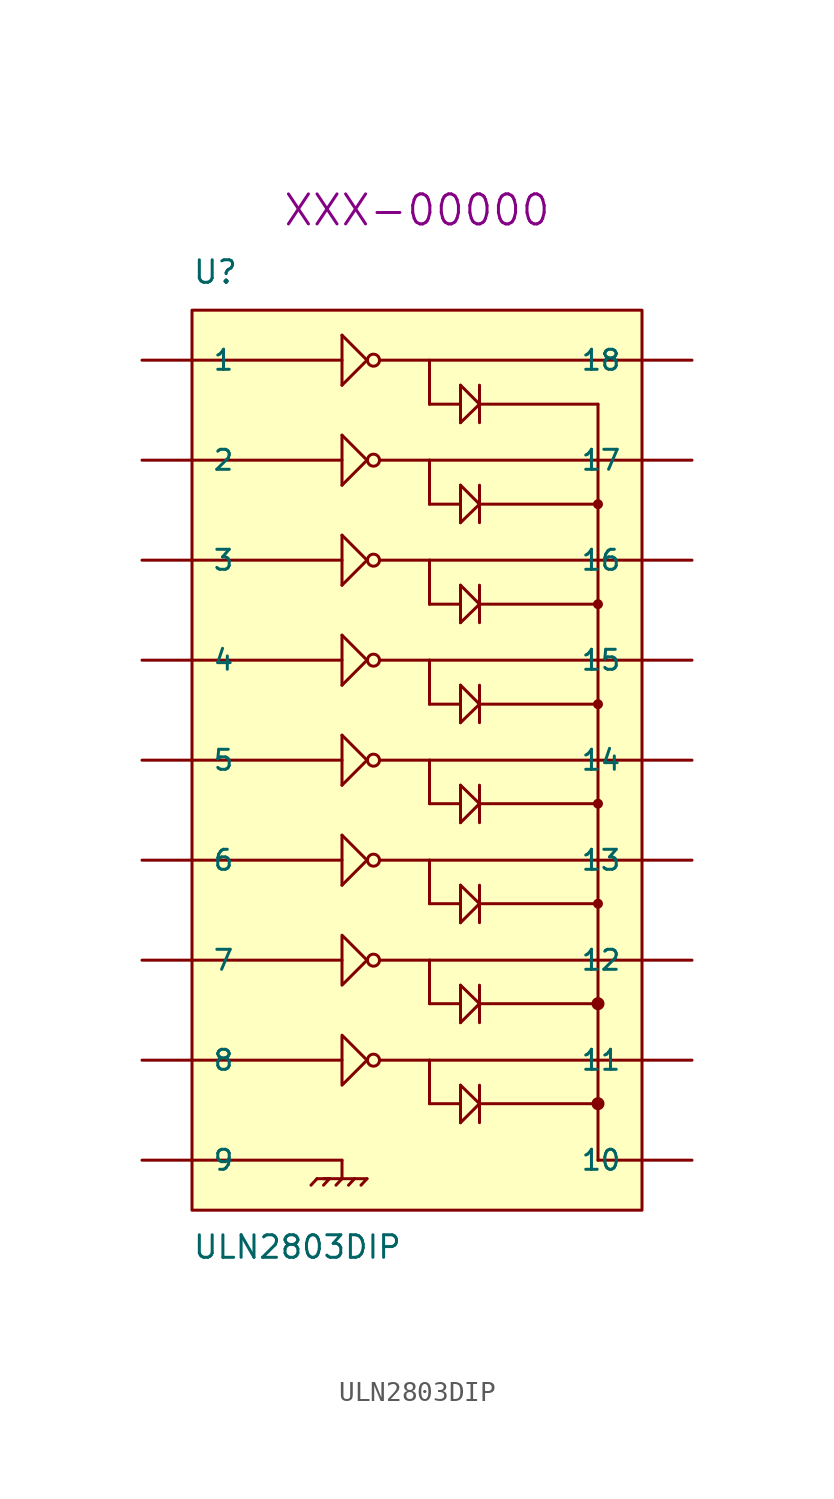
<source format=kicad_sym>
(kicad_symbol_lib
  (version 20220914)
  (generator kicad_symbol_editor)
  (symbol "ULN2803DIP"
    (pin_numbers hide)
    (pin_names
      (offset 1.016))
    (property "Reference" "U"
      (at -11.43 24.13 0)
      (effects (font (size 1.143 1.143)) (justify left bottom)))
    (property "Value" "ULN2803DIP"
      (at -11.43 -25.4 0)
      (effects (font (size 1.143 1.143)) (justify left bottom)))
    (property "Field4" "XXX-00000"
      (at 0 27.94 0)
      (effects (font (size 1.524 1.524))))
    (property "ki_locked" ""
      (at 0 0 0)
      (effects (font (size 1.27 1.27))))
    (symbol "ULN2803DIP_1_0"
      (polyline (pts (xy -11.43 -20.32) (xy -3.81 -20.32)) (stroke (width 0) (type solid)) (fill (type none)))
      (polyline (pts (xy -11.43 -15.24) (xy -3.81 -15.24)) (stroke (width 0) (type solid)) (fill (type none)))
      (polyline (pts (xy -11.43 -10.16) (xy -3.81 -10.16)) (stroke (width 0) (type solid)) (fill (type none)))
      (polyline (pts (xy -11.43 -5.08) (xy -3.81 -5.08)) (stroke (width 0) (type solid)) (fill (type none)))
      (polyline (pts (xy -11.43 0) (xy -3.81 0)) (stroke (width 0) (type solid)) (fill (type none)))
      (polyline (pts (xy -11.43 5.08) (xy -3.81 5.08)) (stroke (width 0) (type solid)) (fill (type none)))
      (polyline (pts (xy -11.43 10.16) (xy -3.81 10.16)) (stroke (width 0) (type solid)) (fill (type none)))
      (polyline (pts (xy -11.43 15.24) (xy -3.81 15.24)) (stroke (width 0) (type solid)) (fill (type none)))
      (polyline (pts (xy -11.43 20.32) (xy -3.81 20.32)) (stroke (width 0) (type solid)) (fill (type none)))
      (polyline (pts (xy -5.08 -21.26) (xy -5.385 -21.59)) (stroke (width 0) (type solid)) (fill (type none)))
      (polyline (pts (xy -4.445 -21.26) (xy -5.08 -21.26)) (stroke (width 0) (type solid)) (fill (type none)))
      (polyline (pts (xy -4.445 -21.26) (xy -4.75 -21.59)) (stroke (width 0) (type solid)) (fill (type none)))
      (polyline (pts (xy -4.445 -21.26) (xy -4.75 -21.26)) (stroke (width 0) (type solid)) (fill (type none)))
      (polyline (pts (xy -3.81 -21.26) (xy -4.445 -21.26)) (stroke (width 0) (type solid)) (fill (type none)))
      (polyline (pts (xy -3.81 -21.26) (xy -4.115 -21.59)) (stroke (width 0) (type solid)) (fill (type none)))
      (polyline (pts (xy -3.81 -21.26) (xy -3.175 -21.26)) (stroke (width 0) (type solid)) (fill (type none)))
      (polyline (pts (xy -3.81 -20.32) (xy -3.81 -21.26)) (stroke (width 0) (type solid)) (fill (type none)))
      (polyline (pts (xy -3.81 -3.81) (xy -3.81 -6.35)) (stroke (width 0) (type solid)) (fill (type none)))
      (polyline (pts (xy -3.81 -3.81) (xy -2.54 -5.08)) (stroke (width 0) (type solid)) (fill (type none)))
      (polyline (pts (xy -3.81 -1.27) (xy -2.54 0)) (stroke (width 0) (type solid)) (fill (type none)))
      (polyline (pts (xy -3.81 1.27) (xy -3.81 -1.27)) (stroke (width 0) (type solid)) (fill (type none)))
      (polyline (pts (xy -3.81 1.27) (xy -2.54 0)) (stroke (width 0) (type solid)) (fill (type none)))
      (polyline (pts (xy -3.81 6.35) (xy -3.81 3.81)) (stroke (width 0) (type solid)) (fill (type none)))
      (polyline (pts (xy -3.81 6.35) (xy -2.54 5.08)) (stroke (width 0) (type solid)) (fill (type none)))
      (polyline (pts (xy -3.81 11.43) (xy -3.81 8.89)) (stroke (width 0) (type solid)) (fill (type none)))
      (polyline (pts (xy -3.81 11.43) (xy -2.54 10.16)) (stroke (width 0) (type solid)) (fill (type none)))
      (polyline (pts (xy -3.81 16.51) (xy -3.81 13.97)) (stroke (width 0) (type solid)) (fill (type none)))
      (polyline (pts (xy -3.81 16.51) (xy -2.54 15.24)) (stroke (width 0) (type solid)) (fill (type none)))
      (polyline (pts (xy -3.81 21.59) (xy -3.81 19.05)) (stroke (width 0) (type solid)) (fill (type none)))
      (polyline (pts (xy -3.81 21.59) (xy -2.54 20.32)) (stroke (width 0) (type solid)) (fill (type none)))
      (polyline (pts (xy -3.175 -21.26) (xy -3.48 -21.59)) (stroke (width 0) (type solid)) (fill (type none)))
      (polyline (pts (xy -3.175 -21.26) (xy -2.54 -21.26)) (stroke (width 0) (type solid)) (fill (type none)))
      (polyline (pts (xy -2.54 -21.26) (xy -2.845 -21.59)) (stroke (width 0) (type solid)) (fill (type none)))
      (polyline (pts (xy -2.54 -5.08) (xy -3.81 -6.35)) (stroke (width 0) (type solid)) (fill (type none)))
      (polyline (pts (xy -2.54 5.08) (xy -3.81 3.81)) (stroke (width 0) (type solid)) (fill (type none)))
      (polyline (pts (xy -2.54 10.16) (xy -3.81 8.89)) (stroke (width 0) (type solid)) (fill (type none)))
      (polyline (pts (xy -2.54 15.24) (xy -3.81 13.97)) (stroke (width 0) (type solid)) (fill (type none)))
      (polyline (pts (xy -2.54 20.32) (xy -3.81 19.05)) (stroke (width 0) (type solid)) (fill (type none)))
      (polyline (pts (xy -1.905 -15.24) (xy 0.635 -15.24)) (stroke (width 0) (type solid)) (fill (type none)))
      (polyline (pts (xy -1.905 -5.08) (xy 0.635 -5.08)) (stroke (width 0) (type solid)) (fill (type none)))
      (polyline (pts (xy -1.905 5.08) (xy 0.635 5.08)) (stroke (width 0) (type solid)) (fill (type none)))
      (polyline (pts (xy -1.905 10.16) (xy 0.635 10.16)) (stroke (width 0) (type solid)) (fill (type none)))
      (polyline (pts (xy -1.905 15.24) (xy 0.635 15.24)) (stroke (width 0) (type solid)) (fill (type none)))
      (polyline (pts (xy -1.905 20.32) (xy 11.43 20.32)) (stroke (width 0) (type solid)) (fill (type none)))
      (polyline (pts (xy 0.635 -17.45) (xy 2.21 -17.45)) (stroke (width 0) (type solid)) (fill (type none)))
      (polyline (pts (xy 0.635 -15.24) (xy 0.635 -17.45)) (stroke (width 0) (type solid)) (fill (type none)))
      (polyline (pts (xy 0.635 -15.24) (xy 11.43 -15.24)) (stroke (width 0) (type solid)) (fill (type none)))
      (polyline (pts (xy 0.635 -12.37) (xy 2.21 -12.37)) (stroke (width 0) (type solid)) (fill (type none)))
      (polyline (pts (xy 0.635 -10.16) (xy -1.905 -10.16)) (stroke (width 0) (type solid)) (fill (type none)))
      (polyline (pts (xy 0.635 -10.16) (xy 0.635 -12.37)) (stroke (width 0) (type solid)) (fill (type none)))
      (polyline (pts (xy 0.635 -7.29) (xy 2.21 -7.29)) (stroke (width 0) (type solid)) (fill (type none)))
      (polyline (pts (xy 0.635 -5.08) (xy 0.635 -7.29)) (stroke (width 0) (type solid)) (fill (type none)))
      (polyline (pts (xy 0.635 -5.08) (xy 11.43 -5.08)) (stroke (width 0) (type solid)) (fill (type none)))
      (polyline (pts (xy 0.635 -2.21) (xy 2.21 -2.21)) (stroke (width 0) (type solid)) (fill (type none)))
      (polyline (pts (xy 0.635 0) (xy -1.905 0)) (stroke (width 0) (type solid)) (fill (type none)))
      (polyline (pts (xy 0.635 0) (xy 0.635 -2.21)) (stroke (width 0) (type solid)) (fill (type none)))
      (polyline (pts (xy 0.635 2.845) (xy 2.21 2.845)) (stroke (width 0) (type solid)) (fill (type none)))
      (polyline (pts (xy 0.635 5.08) (xy 0.635 2.845)) (stroke (width 0) (type solid)) (fill (type none)))
      (polyline (pts (xy 0.635 5.08) (xy 11.43 5.08)) (stroke (width 0) (type solid)) (fill (type none)))
      (polyline (pts (xy 0.635 7.925) (xy 2.21 7.925)) (stroke (width 0) (type solid)) (fill (type none)))
      (polyline (pts (xy 0.635 10.16) (xy 0.635 7.925)) (stroke (width 0) (type solid)) (fill (type none)))
      (polyline (pts (xy 0.635 10.16) (xy 11.43 10.16)) (stroke (width 0) (type solid)) (fill (type none)))
      (polyline (pts (xy 0.635 13.005) (xy 2.21 13.005)) (stroke (width 0) (type solid)) (fill (type none)))
      (polyline (pts (xy 0.635 15.24) (xy 0.635 13.005)) (stroke (width 0) (type solid)) (fill (type none)))
      (polyline (pts (xy 0.635 15.24) (xy 11.43 15.24)) (stroke (width 0) (type solid)) (fill (type none)))
      (polyline (pts (xy 0.635 18.085) (xy 2.21 18.085)) (stroke (width 0) (type solid)) (fill (type none)))
      (polyline (pts (xy 0.635 20.32) (xy 0.635 18.085)) (stroke (width 0) (type solid)) (fill (type none)))
      (polyline (pts (xy 2.21 -16.51) (xy 2.21 -18.415)) (stroke (width 0) (type solid)) (fill (type none)))
      (polyline (pts (xy 2.21 -16.51) (xy 3.175 -17.45)) (stroke (width 0) (type solid)) (fill (type none)))
      (polyline (pts (xy 2.21 -11.43) (xy 2.21 -13.335)) (stroke (width 0) (type solid)) (fill (type none)))
      (polyline (pts (xy 2.21 -11.43) (xy 3.175 -12.37)) (stroke (width 0) (type solid)) (fill (type none)))
      (polyline (pts (xy 2.21 -6.35) (xy 2.21 -8.255)) (stroke (width 0) (type solid)) (fill (type none)))
      (polyline (pts (xy 2.21 -6.35) (xy 3.175 -7.29)) (stroke (width 0) (type solid)) (fill (type none)))
      (polyline (pts (xy 2.21 -1.27) (xy 2.21 -3.175)) (stroke (width 0) (type solid)) (fill (type none)))
      (polyline (pts (xy 2.21 -1.27) (xy 3.175 -2.21)) (stroke (width 0) (type solid)) (fill (type none)))
      (polyline (pts (xy 2.21 3.81) (xy 2.21 1.905)) (stroke (width 0) (type solid)) (fill (type none)))
      (polyline (pts (xy 2.21 3.81) (xy 3.175 2.845)) (stroke (width 0) (type solid)) (fill (type none)))
      (polyline (pts (xy 2.21 8.89) (xy 2.21 6.985)) (stroke (width 0) (type solid)) (fill (type none)))
      (polyline (pts (xy 2.21 8.89) (xy 3.175 7.925)) (stroke (width 0) (type solid)) (fill (type none)))
      (polyline (pts (xy 2.21 12.065) (xy 3.175 13.005)) (stroke (width 0) (type solid)) (fill (type none)))
      (polyline (pts (xy 2.21 13.005) (xy 2.21 12.065)) (stroke (width 0) (type solid)) (fill (type none)))
      (polyline (pts (xy 2.21 13.005) (xy 2.21 13.97)) (stroke (width 0) (type solid)) (fill (type none)))
      (polyline (pts (xy 2.21 17.145) (xy 3.175 18.085)) (stroke (width 0) (type solid)) (fill (type none)))
      (polyline (pts (xy 2.21 18.085) (xy 2.21 17.145)) (stroke (width 0) (type solid)) (fill (type none)))
      (polyline (pts (xy 2.21 18.085) (xy 2.21 19.05)) (stroke (width 0) (type solid)) (fill (type none)))
      (polyline (pts (xy 3.175 -17.45) (xy 2.21 -18.415)) (stroke (width 0) (type solid)) (fill (type none)))
      (polyline (pts (xy 3.175 -17.45) (xy 3.175 -18.415)) (stroke (width 0) (type solid)) (fill (type none)))
      (polyline (pts (xy 3.175 -17.45) (xy 9.195 -17.45)) (stroke (width 0) (type solid)) (fill (type none)))
      (polyline (pts (xy 3.175 -16.51) (xy 3.175 -17.45)) (stroke (width 0) (type solid)) (fill (type none)))
      (polyline (pts (xy 3.175 -12.37) (xy 2.21 -13.335)) (stroke (width 0) (type solid)) (fill (type none)))
      (polyline (pts (xy 3.175 -12.37) (xy 3.175 -13.335)) (stroke (width 0) (type solid)) (fill (type none)))
      (polyline (pts (xy 3.175 -12.37) (xy 9.195 -12.37)) (stroke (width 0) (type solid)) (fill (type none)))
      (polyline (pts (xy 3.175 -11.43) (xy 3.175 -12.37)) (stroke (width 0) (type solid)) (fill (type none)))
      (polyline (pts (xy 3.175 -7.29) (xy 2.21 -8.255)) (stroke (width 0) (type solid)) (fill (type none)))
      (polyline (pts (xy 3.175 -7.29) (xy 3.175 -8.255)) (stroke (width 0) (type solid)) (fill (type none)))
      (polyline (pts (xy 3.175 -7.29) (xy 9.195 -7.29)) (stroke (width 0) (type solid)) (fill (type none)))
      (polyline (pts (xy 3.175 -6.35) (xy 3.175 -7.29)) (stroke (width 0) (type solid)) (fill (type none)))
      (polyline (pts (xy 3.175 -2.21) (xy 2.21 -3.175)) (stroke (width 0) (type solid)) (fill (type none)))
      (polyline (pts (xy 3.175 -2.21) (xy 3.175 -3.175)) (stroke (width 0) (type solid)) (fill (type none)))
      (polyline (pts (xy 3.175 -2.21) (xy 9.195 -2.21)) (stroke (width 0) (type solid)) (fill (type none)))
      (polyline (pts (xy 3.175 -1.27) (xy 3.175 -2.21)) (stroke (width 0) (type solid)) (fill (type none)))
      (polyline (pts (xy 3.175 2.845) (xy 2.21 1.905)) (stroke (width 0) (type solid)) (fill (type none)))
      (polyline (pts (xy 3.175 2.845) (xy 3.175 1.905)) (stroke (width 0) (type solid)) (fill (type none)))
      (polyline (pts (xy 3.175 2.845) (xy 9.195 2.845)) (stroke (width 0) (type solid)) (fill (type none)))
      (polyline (pts (xy 3.175 3.81) (xy 3.175 2.845)) (stroke (width 0) (type solid)) (fill (type none)))
      (polyline (pts (xy 3.175 7.925) (xy 2.21 6.985)) (stroke (width 0) (type solid)) (fill (type none)))
      (polyline (pts (xy 3.175 7.925) (xy 3.175 6.985)) (stroke (width 0) (type solid)) (fill (type none)))
      (polyline (pts (xy 3.175 7.925) (xy 9.195 7.925)) (stroke (width 0) (type solid)) (fill (type none)))
      (polyline (pts (xy 3.175 8.89) (xy 3.175 7.925)) (stroke (width 0) (type solid)) (fill (type none)))
      (polyline (pts (xy 3.175 13.005) (xy 2.21 13.97)) (stroke (width 0) (type solid)) (fill (type none)))
      (polyline (pts (xy 3.175 13.005) (xy 3.175 12.065)) (stroke (width 0) (type solid)) (fill (type none)))
      (polyline (pts (xy 3.175 13.005) (xy 9.195 13.005)) (stroke (width 0) (type solid)) (fill (type none)))
      (polyline (pts (xy 3.175 13.97) (xy 3.175 13.005)) (stroke (width 0) (type solid)) (fill (type none)))
      (polyline (pts (xy 3.175 18.085) (xy 2.21 19.05)) (stroke (width 0) (type solid)) (fill (type none)))
      (polyline (pts (xy 3.175 18.085) (xy 3.175 17.145)) (stroke (width 0) (type solid)) (fill (type none)))
      (polyline (pts (xy 3.175 18.085) (xy 9.195 18.085)) (stroke (width 0) (type solid)) (fill (type none)))
      (polyline (pts (xy 3.175 19.05) (xy 3.175 18.085)) (stroke (width 0) (type solid)) (fill (type none)))
      (polyline (pts (xy 9.195 -20.32) (xy 11.43 -20.32)) (stroke (width 0) (type solid)) (fill (type none)))
      (polyline (pts (xy 9.195 -12.37) (xy 9.195 -20.32)) (stroke (width 0) (type solid)) (fill (type none)))
      (polyline (pts (xy 9.195 -7.29) (xy 9.195 -12.37)) (stroke (width 0) (type solid)) (fill (type none)))
      (polyline (pts (xy 9.195 -2.21) (xy 9.195 -7.29)) (stroke (width 0) (type solid)) (fill (type none)))
      (polyline (pts (xy 9.195 2.845) (xy 9.195 -2.21)) (stroke (width 0) (type solid)) (fill (type none)))
      (polyline (pts (xy 9.195 7.925) (xy 9.195 2.845)) (stroke (width 0) (type solid)) (fill (type none)))
      (polyline (pts (xy 9.195 13.005) (xy 9.195 7.925)) (stroke (width 0) (type solid)) (fill (type none)))
      (polyline (pts (xy 9.195 18.085) (xy 9.195 13.005)) (stroke (width 0) (type solid)) (fill (type none)))
      (polyline (pts (xy 11.43 -10.16) (xy 0.635 -10.16)) (stroke (width 0) (type solid)) (fill (type none)))
      (polyline (pts (xy 11.43 0) (xy 0.635 0)) (stroke (width 0) (type solid)) (fill (type none))))
    (symbol "ULN2803DIP_1_1"
      (circle (center -2.21 -15.24) (radius 0.305) (stroke (width 0) (type solid)) (fill (type none)))
      (circle (center -2.21 -10.16) (radius 0.305) (stroke (width 0) (type solid)) (fill (type none)))
      (circle (center -2.21 -5.08) (radius 0.305) (stroke (width 0) (type solid)) (fill (type none)))
      (circle (center -2.21 0) (radius 0.305) (stroke (width 0) (type solid)) (fill (type none)))
      (circle (center -2.21 5.08) (radius 0.305) (stroke (width 0) (type solid)) (fill (type none)))
      (circle (center -2.21 10.16) (radius 0.305) (stroke (width 0) (type solid)) (fill (type none)))
      (circle (center -2.21 15.24) (radius 0.305) (stroke (width 0) (type solid)) (fill (type none)))
      (circle (center -2.21 20.32) (radius 0.305) (stroke (width 0) (type solid)) (fill (type none)))
      (polyline (pts (xy -3.81 -13.97) (xy -3.81 -16.51) (xy -2.54 -15.24) (xy -3.81 -13.97)) (stroke (width 0) (type solid)) (fill (type background)))
      (polyline (pts (xy -3.81 -8.89) (xy -3.81 -11.43) (xy -2.54 -10.16) (xy -3.81 -8.89)) (stroke (width 0) (type solid)) (fill (type background)))
      (polyline (pts (xy -11.43 22.86) (xy -11.43 20.32) (xy -11.43 15.24) (xy -11.43 10.16) (xy -11.43 5.08) (xy -11.43 0) (xy -11.43 -5.08) (xy -11.43 -10.16) (xy -11.43 -15.24) (xy -11.43 -20.32) (xy -11.43 -22.86) (xy 11.43 -22.86) (xy 11.43 -20.32) (xy 11.43 -15.24) (xy 11.43 -10.16) (xy 11.43 -5.08) (xy 11.43 0) (xy 11.43 5.08) (xy 11.43 10.16) (xy 11.43 15.24) (xy 11.43 20.32) (xy 11.43 22.86) (xy -11.43 22.86)) (stroke (width 0) (type solid)) (fill (type background)))
      (circle (center 9.195 -17.45) (radius 0.051) (stroke (width 0) (type solid)) (fill (type outline)))
      (circle (center 9.195 -17.45) (radius 0.178) (stroke (width 0) (type solid)) (fill (type outline)))
      (circle (center 9.195 -17.45) (radius 0.254) (stroke (width 0) (type solid)) (fill (type none)))
      (circle (center 9.195 -12.37) (radius 0.051) (stroke (width 0) (type solid)) (fill (type outline)))
      (circle (center 9.195 -12.37) (radius 0.178) (stroke (width 0) (type solid)) (fill (type outline)))
      (circle (center 9.195 -12.37) (radius 0.254) (stroke (width 0) (type solid)) (fill (type none)))
      (circle (center 9.195 -7.29) (radius 0.178) (stroke (width 0) (type solid)) (fill (type outline)))
      (circle (center 9.195 -2.21) (radius 0.051) (stroke (width 0) (type solid)) (fill (type outline)))
      (circle (center 9.195 -2.21) (radius 0.178) (stroke (width 0) (type solid)) (fill (type outline)))
      (circle (center 9.195 2.845) (radius 0.051) (stroke (width 0) (type solid)) (fill (type outline)))
      (circle (center 9.195 2.845) (radius 0.178) (stroke (width 0) (type solid)) (fill (type outline)))
      (circle (center 9.195 7.925) (radius 0.178) (stroke (width 0) (type solid)) (fill (type outline)))
      (circle (center 9.195 13.005) (radius 0.127) (stroke (width 0) (type solid)) (fill (type outline)))
      (circle (center 9.195 13.005) (radius 0.178) (stroke (width 0) (type solid)) (fill (type outline)))
      (pin bidirectional line (at -13.97 20.32 0) (length 2.54) (name "1" (effects (font (size 1.016 1.016)))) (number "1" (effects (font (size 1.016 1.016)))))
      (pin bidirectional line (at 13.97 -20.32 180) (length 2.54) (name "10" (effects (font (size 1.016 1.016)))) (number "10" (effects (font (size 1.016 1.016)))))
      (pin bidirectional line (at 13.97 -15.24 180) (length 2.54) (name "11" (effects (font (size 1.016 1.016)))) (number "11" (effects (font (size 1.016 1.016)))))
      (pin bidirectional line (at 13.97 -10.16 180) (length 2.54) (name "12" (effects (font (size 1.016 1.016)))) (number "12" (effects (font (size 1.016 1.016)))))
      (pin bidirectional line (at 13.97 -5.08 180) (length 2.54) (name "13" (effects (font (size 1.016 1.016)))) (number "13" (effects (font (size 1.016 1.016)))))
      (pin bidirectional line (at 13.97 0 180) (length 2.54) (name "14" (effects (font (size 1.016 1.016)))) (number "14" (effects (font (size 1.016 1.016)))))
      (pin bidirectional line (at 13.97 5.08 180) (length 2.54) (name "15" (effects (font (size 1.016 1.016)))) (number "15" (effects (font (size 1.016 1.016)))))
      (pin bidirectional line (at 13.97 10.16 180) (length 2.54) (name "16" (effects (font (size 1.016 1.016)))) (number "16" (effects (font (size 1.016 1.016)))))
      (pin bidirectional line (at 13.97 15.24 180) (length 2.54) (name "17" (effects (font (size 1.016 1.016)))) (number "17" (effects (font (size 1.016 1.016)))))
      (pin bidirectional line (at 13.97 20.32 180) (length 2.54) (name "18" (effects (font (size 1.016 1.016)))) (number "18" (effects (font (size 1.016 1.016)))))
      (pin bidirectional line (at -13.97 15.24 0) (length 2.54) (name "2" (effects (font (size 1.016 1.016)))) (number "2" (effects (font (size 1.016 1.016)))))
      (pin bidirectional line (at -13.97 10.16 0) (length 2.54) (name "3" (effects (font (size 1.016 1.016)))) (number "3" (effects (font (size 1.016 1.016)))))
      (pin bidirectional line (at -13.97 5.08 0) (length 2.54) (name "4" (effects (font (size 1.016 1.016)))) (number "4" (effects (font (size 1.016 1.016)))))
      (pin bidirectional line (at -13.97 0 0) (length 2.54) (name "5" (effects (font (size 1.016 1.016)))) (number "5" (effects (font (size 1.016 1.016)))))
      (pin bidirectional line (at -13.97 -5.08 0) (length 2.54) (name "6" (effects (font (size 1.016 1.016)))) (number "6" (effects (font (size 1.016 1.016)))))
      (pin bidirectional line (at -13.97 -10.16 0) (length 2.54) (name "7" (effects (font (size 1.016 1.016)))) (number "7" (effects (font (size 1.016 1.016)))))
      (pin bidirectional line (at -13.97 -15.24 0) (length 2.54) (name "8" (effects (font (size 1.016 1.016)))) (number "8" (effects (font (size 1.016 1.016)))))
      (pin bidirectional line (at -13.97 -20.32 0) (length 2.54) (name "9" (effects (font (size 1.016 1.016)))) (number "9" (effects (font (size 1.016 1.016))))))))
</source>
